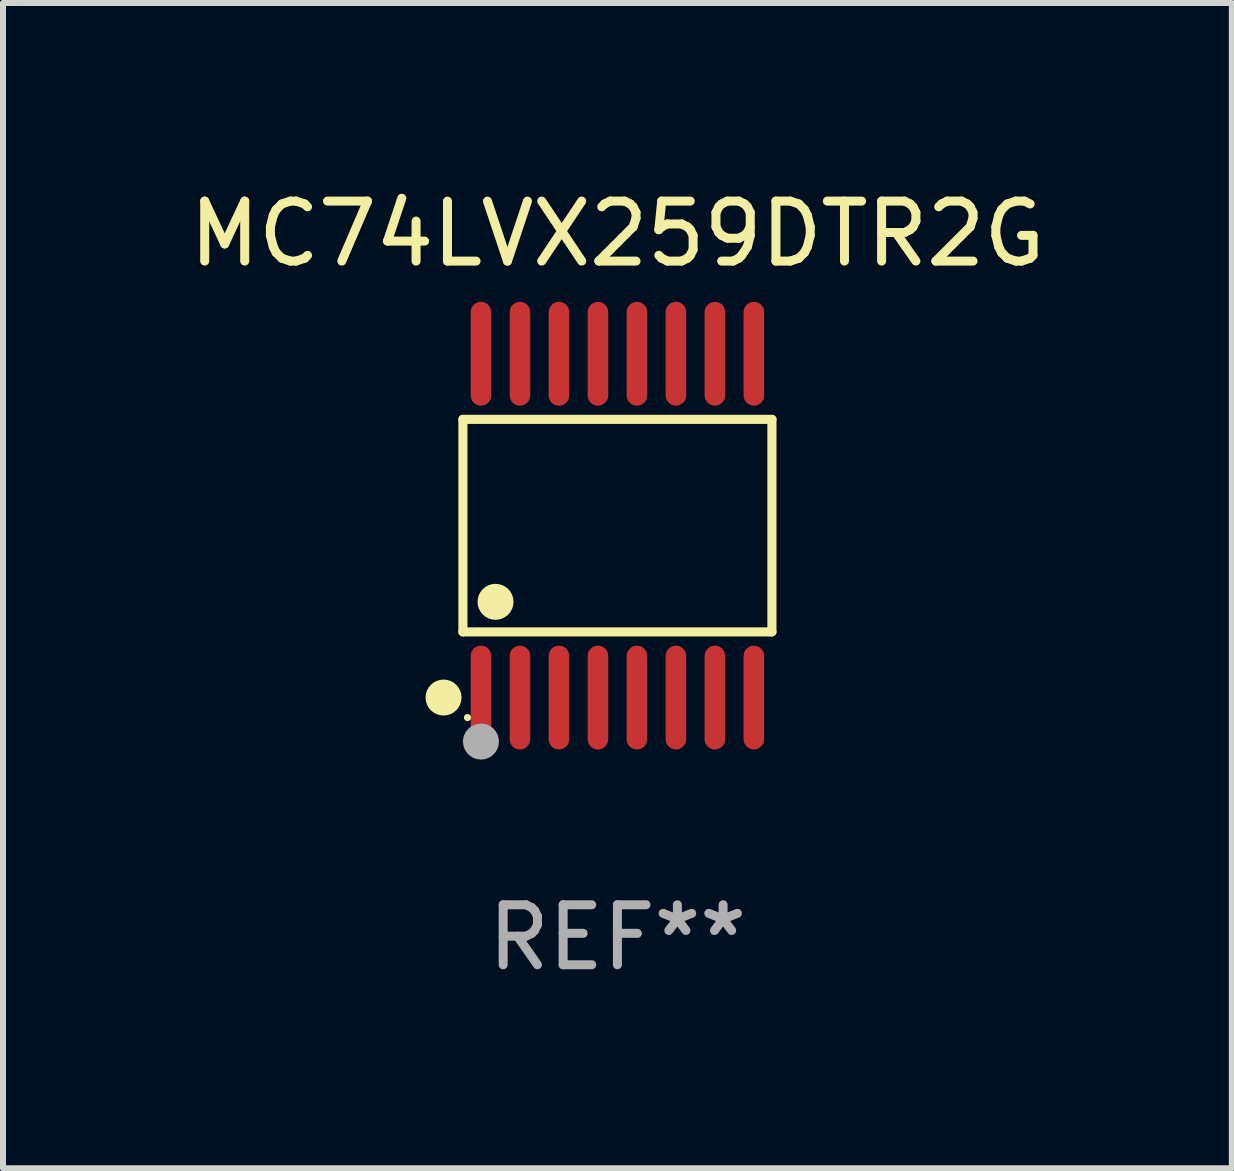
<source format=kicad_pcb>
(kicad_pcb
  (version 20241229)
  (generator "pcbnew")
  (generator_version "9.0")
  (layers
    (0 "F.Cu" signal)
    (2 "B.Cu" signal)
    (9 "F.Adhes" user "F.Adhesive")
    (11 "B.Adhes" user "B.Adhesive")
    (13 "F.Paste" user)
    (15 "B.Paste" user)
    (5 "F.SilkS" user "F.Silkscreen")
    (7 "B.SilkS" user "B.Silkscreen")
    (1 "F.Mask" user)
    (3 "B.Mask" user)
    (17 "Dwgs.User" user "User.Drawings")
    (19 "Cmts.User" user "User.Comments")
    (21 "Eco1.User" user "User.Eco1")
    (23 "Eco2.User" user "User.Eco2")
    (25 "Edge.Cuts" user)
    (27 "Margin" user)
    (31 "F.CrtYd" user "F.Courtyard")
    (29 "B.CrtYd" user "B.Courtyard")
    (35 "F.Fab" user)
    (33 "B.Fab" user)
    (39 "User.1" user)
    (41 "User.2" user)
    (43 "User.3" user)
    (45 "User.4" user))
  (footprint "MC74LVX259DTR2G"
    (layer "F.Cu")
    (at 7.244 5.714)
    (property "Reference" "MC74LVX259DTR2G" (at 0 -4.866 0) (layer "F.SilkS") (effects (font (size 1 1) (thickness 0.15))))
    (attr through_hole)
    (fp_line (start -2.576 -1.772) (end 2.576 -1.772) (stroke (width 0.152) (type solid)) (layer "F.SilkS"))
    (fp_line (start -2.576 1.771) (end -2.576 -1.772) (stroke (width 0.152) (type solid)) (layer "F.SilkS"))
    (fp_line (start 2.576 -1.772) (end 2.576 1.771) (stroke (width 0.152) (type solid)) (layer "F.SilkS"))
    (fp_line (start 2.576 1.771) (end -2.576 1.771) (stroke (width 0.152) (type solid)) (layer "F.SilkS"))
    (fp_circle (center -2.899 2.866) (end -2.749 2.866) (stroke (width 0.3) (type solid)) (fill no) (layer "F.SilkS"))
    (fp_circle (center -2.5 3.2) (end -2.47 3.2) (stroke (width 0.06) (type solid)) (fill no) (layer "F.SilkS"))
    (fp_circle (center -2.032 1.27) (end -1.882 1.27) (stroke (width 0.3) (type solid)) (fill no) (layer "F.SilkS"))
    (fp_circle (center -2.275 3.6) (end -2.125 3.6) (stroke (width 0.3) (type solid)) (fill no) (layer "F.Fab"))
    (fp_text user "REF**" (at 0 6.866 0) (layer "F.Fab") (effects (font (size 1 1) (thickness 0.15))))
    (pad "1" smd oval (at -2.275 2.866) (size 0.343 1.731) (layers "F.Cu" "F.Mask" "F.Paste"))
    (pad "2" smd oval (at -1.625 2.866) (size 0.343 1.731) (layers "F.Cu" "F.Mask" "F.Paste"))
    (pad "3" smd oval (at -0.975 2.866) (size 0.343 1.731) (layers "F.Cu" "F.Mask" "F.Paste"))
    (pad "4" smd oval (at -0.325 2.866) (size 0.343 1.731) (layers "F.Cu" "F.Mask" "F.Paste"))
    (pad "5" smd oval (at 0.325 2.866) (size 0.343 1.731) (layers "F.Cu" "F.Mask" "F.Paste"))
    (pad "6" smd oval (at 0.975 2.866) (size 0.343 1.731) (layers "F.Cu" "F.Mask" "F.Paste"))
    (pad "7" smd oval (at 1.625 2.866) (size 0.343 1.731) (layers "F.Cu" "F.Mask" "F.Paste"))
    (pad "8" smd oval (at 2.275 2.866) (size 0.343 1.731) (layers "F.Cu" "F.Mask" "F.Paste"))
    (pad "9" smd oval (at 2.275 -2.866) (size 0.343 1.731) (layers "F.Cu" "F.Mask" "F.Paste"))
    (pad "10" smd oval (at 1.625 -2.866) (size 0.343 1.731) (layers "F.Cu" "F.Mask" "F.Paste"))
    (pad "11" smd oval (at 0.975 -2.866) (size 0.343 1.731) (layers "F.Cu" "F.Mask" "F.Paste"))
    (pad "12" smd oval (at 0.325 -2.866) (size 0.343 1.731) (layers "F.Cu" "F.Mask" "F.Paste"))
    (pad "13" smd oval (at -0.325 -2.866) (size 0.343 1.731) (layers "F.Cu" "F.Mask" "F.Paste"))
    (pad "14" smd oval (at -0.975 -2.866) (size 0.343 1.731) (layers "F.Cu" "F.Mask" "F.Paste"))
    (pad "15" smd oval (at -1.625 -2.866) (size 0.343 1.731) (layers "F.Cu" "F.Mask" "F.Paste"))
    (pad "16" smd oval (at -2.275 -2.866) (size 0.343 1.731) (layers "F.Cu" "F.Mask" "F.Paste")))
  (gr_rect
    (start -3 -3)
    (end 17.488 16.428)
    (stroke (width 0.1) (type default))
    (fill no)
    (layer "Edge.Cuts")))
</source>
